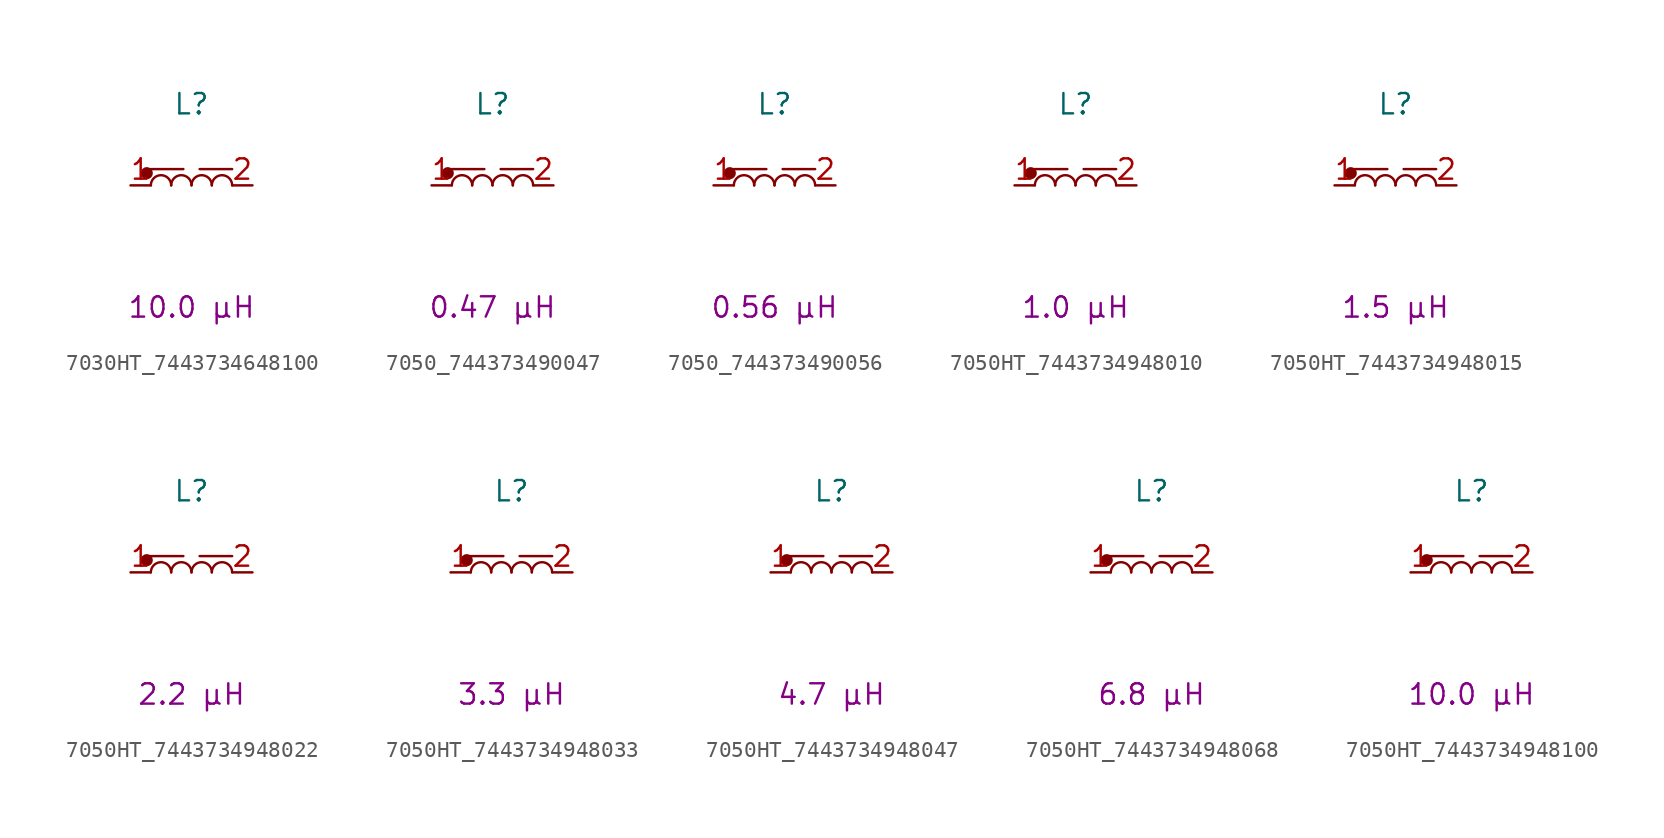
<source format=kicad_sym>
(kicad_symbol_lib
  (version 20220914)
  (generator kicad_symbol_editor)
  (symbol "7030HT_7443734648100"
    (pin_names hide)
    (property "Reference" "L"
      (at 0 5.08 0)
      (effects (font (size 1.27 1.27))))
    (property "Critical Parameter" "10.0 µH"
      (at 0 -7.62 0)
      (effects (font (size 1.27 1.27))))
    (symbol "7030HT_7443734648100_0_1"
      (arc (start -1.27 0) (mid -1.905 0.6323) (end -2.54 0) (stroke (width 0) (type default)) (fill (type none)))
      (arc (start 0 0) (mid -0.635 0.6323) (end -1.27 0) (stroke (width 0) (type default)) (fill (type none)))
      (polyline (pts (xy -2.54 1.016) (xy -0.508 1.016)) (stroke (width 0) (type default)) (fill (type none)))
      (arc (start 1.27 0) (mid 0.635 0.6323) (end 0 0) (stroke (width 0) (type default)) (fill (type none)))
      (arc (start 2.54 0) (mid 1.905 0.6323) (end 1.27 0) (stroke (width 0) (type default)) (fill (type none))))
    (symbol "7030HT_7443734648100_1_1"
      (circle (center -2.794 0.762) (radius 0.0001) (stroke (width 0.381) (type default)) (fill (type none)))
      (polyline (pts (xy 2.54 1.016) (xy 0.508 1.016)) (stroke (width 0) (type default)) (fill (type none)))
      (pin passive line (at -3.81 0 0) (length 1.27) (name "1" (effects (font (size 1.27 1.27)))) (number "1" (effects (font (size 1.27 1.27)))))
      (pin passive line (at 3.81 0 180) (length 1.27) (name "2" (effects (font (size 1.27 1.27)))) (number "2" (effects (font (size 1.27 1.27)))))))
  (symbol "7050_744373490047"
    (pin_names hide)
    (property "Reference" "L"
      (at 0 5.08 0)
      (effects (font (size 1.27 1.27))))
    (property "Critical Parameter" "0.47 µH"
      (at 0 -7.62 0)
      (effects (font (size 1.27 1.27))))
    (symbol "7050_744373490047_0_1"
      (arc (start -1.27 0) (mid -1.905 0.6323) (end -2.54 0) (stroke (width 0) (type default)) (fill (type none)))
      (arc (start 0 0) (mid -0.635 0.6323) (end -1.27 0) (stroke (width 0) (type default)) (fill (type none)))
      (polyline (pts (xy -2.54 1.016) (xy -0.508 1.016)) (stroke (width 0) (type default)) (fill (type none)))
      (arc (start 1.27 0) (mid 0.635 0.6323) (end 0 0) (stroke (width 0) (type default)) (fill (type none)))
      (arc (start 2.54 0) (mid 1.905 0.6323) (end 1.27 0) (stroke (width 0) (type default)) (fill (type none))))
    (symbol "7050_744373490047_1_1"
      (circle (center -2.794 0.762) (radius 0.0001) (stroke (width 0.381) (type default)) (fill (type none)))
      (polyline (pts (xy 2.54 1.016) (xy 0.508 1.016)) (stroke (width 0) (type default)) (fill (type none)))
      (pin passive line (at -3.81 0 0) (length 1.27) (name "1" (effects (font (size 1.27 1.27)))) (number "1" (effects (font (size 1.27 1.27)))))
      (pin passive line (at 3.81 0 180) (length 1.27) (name "2" (effects (font (size 1.27 1.27)))) (number "2" (effects (font (size 1.27 1.27)))))))
  (symbol "7050_744373490056"
    (pin_names hide)
    (property "Reference" "L"
      (at 0 5.08 0)
      (effects (font (size 1.27 1.27))))
    (property "Critical Parameter" "0.56 µH"
      (at 0 -7.62 0)
      (effects (font (size 1.27 1.27))))
    (symbol "7050_744373490056_0_1"
      (arc (start -1.27 0) (mid -1.905 0.6323) (end -2.54 0) (stroke (width 0) (type default)) (fill (type none)))
      (arc (start 0 0) (mid -0.635 0.6323) (end -1.27 0) (stroke (width 0) (type default)) (fill (type none)))
      (polyline (pts (xy -2.54 1.016) (xy -0.508 1.016)) (stroke (width 0) (type default)) (fill (type none)))
      (arc (start 1.27 0) (mid 0.635 0.6323) (end 0 0) (stroke (width 0) (type default)) (fill (type none)))
      (arc (start 2.54 0) (mid 1.905 0.6323) (end 1.27 0) (stroke (width 0) (type default)) (fill (type none))))
    (symbol "7050_744373490056_1_1"
      (circle (center -2.794 0.762) (radius 0.0001) (stroke (width 0.381) (type default)) (fill (type none)))
      (polyline (pts (xy 2.54 1.016) (xy 0.508 1.016)) (stroke (width 0) (type default)) (fill (type none)))
      (pin passive line (at -3.81 0 0) (length 1.27) (name "1" (effects (font (size 1.27 1.27)))) (number "1" (effects (font (size 1.27 1.27)))))
      (pin passive line (at 3.81 0 180) (length 1.27) (name "2" (effects (font (size 1.27 1.27)))) (number "2" (effects (font (size 1.27 1.27)))))))
  (symbol "7050HT_7443734948010"
    (pin_names hide)
    (property "Reference" "L"
      (at 0 5.08 0)
      (effects (font (size 1.27 1.27))))
    (property "Critical Parameter" "1.0 µH"
      (at 0 -7.62 0)
      (effects (font (size 1.27 1.27))))
    (symbol "7050HT_7443734948010_0_1"
      (arc (start -1.27 0) (mid -1.905 0.6323) (end -2.54 0) (stroke (width 0) (type default)) (fill (type none)))
      (arc (start 0 0) (mid -0.635 0.6323) (end -1.27 0) (stroke (width 0) (type default)) (fill (type none)))
      (polyline (pts (xy -2.54 1.016) (xy -0.508 1.016)) (stroke (width 0) (type default)) (fill (type none)))
      (arc (start 1.27 0) (mid 0.635 0.6323) (end 0 0) (stroke (width 0) (type default)) (fill (type none)))
      (arc (start 2.54 0) (mid 1.905 0.6323) (end 1.27 0) (stroke (width 0) (type default)) (fill (type none))))
    (symbol "7050HT_7443734948010_1_1"
      (circle (center -2.794 0.762) (radius 0.0001) (stroke (width 0.381) (type default)) (fill (type none)))
      (polyline (pts (xy 2.54 1.016) (xy 0.508 1.016)) (stroke (width 0) (type default)) (fill (type none)))
      (pin passive line (at -3.81 0 0) (length 1.27) (name "1" (effects (font (size 1.27 1.27)))) (number "1" (effects (font (size 1.27 1.27)))))
      (pin passive line (at 3.81 0 180) (length 1.27) (name "2" (effects (font (size 1.27 1.27)))) (number "2" (effects (font (size 1.27 1.27)))))))
  (symbol "7050HT_7443734948015"
    (pin_names hide)
    (property "Reference" "L"
      (at 0 5.08 0)
      (effects (font (size 1.27 1.27))))
    (property "Critical Parameter" "1.5 µH"
      (at 0 -7.62 0)
      (effects (font (size 1.27 1.27))))
    (symbol "7050HT_7443734948015_0_1"
      (arc (start -1.27 0) (mid -1.905 0.6323) (end -2.54 0) (stroke (width 0) (type default)) (fill (type none)))
      (arc (start 0 0) (mid -0.635 0.6323) (end -1.27 0) (stroke (width 0) (type default)) (fill (type none)))
      (polyline (pts (xy -2.54 1.016) (xy -0.508 1.016)) (stroke (width 0) (type default)) (fill (type none)))
      (arc (start 1.27 0) (mid 0.635 0.6323) (end 0 0) (stroke (width 0) (type default)) (fill (type none)))
      (arc (start 2.54 0) (mid 1.905 0.6323) (end 1.27 0) (stroke (width 0) (type default)) (fill (type none))))
    (symbol "7050HT_7443734948015_1_1"
      (circle (center -2.794 0.762) (radius 0.0001) (stroke (width 0.381) (type default)) (fill (type none)))
      (polyline (pts (xy 2.54 1.016) (xy 0.508 1.016)) (stroke (width 0) (type default)) (fill (type none)))
      (pin passive line (at -3.81 0 0) (length 1.27) (name "1" (effects (font (size 1.27 1.27)))) (number "1" (effects (font (size 1.27 1.27)))))
      (pin passive line (at 3.81 0 180) (length 1.27) (name "2" (effects (font (size 1.27 1.27)))) (number "2" (effects (font (size 1.27 1.27)))))))
  (symbol "7050HT_7443734948022"
    (pin_names hide)
    (property "Reference" "L"
      (at 0 5.08 0)
      (effects (font (size 1.27 1.27))))
    (property "Critical Parameter" "2.2 µH"
      (at 0 -7.62 0)
      (effects (font (size 1.27 1.27))))
    (symbol "7050HT_7443734948022_0_1"
      (arc (start -1.27 0) (mid -1.905 0.6323) (end -2.54 0) (stroke (width 0) (type default)) (fill (type none)))
      (arc (start 0 0) (mid -0.635 0.6323) (end -1.27 0) (stroke (width 0) (type default)) (fill (type none)))
      (polyline (pts (xy -2.54 1.016) (xy -0.508 1.016)) (stroke (width 0) (type default)) (fill (type none)))
      (arc (start 1.27 0) (mid 0.635 0.6323) (end 0 0) (stroke (width 0) (type default)) (fill (type none)))
      (arc (start 2.54 0) (mid 1.905 0.6323) (end 1.27 0) (stroke (width 0) (type default)) (fill (type none))))
    (symbol "7050HT_7443734948022_1_1"
      (circle (center -2.794 0.762) (radius 0.0001) (stroke (width 0.381) (type default)) (fill (type none)))
      (polyline (pts (xy 2.54 1.016) (xy 0.508 1.016)) (stroke (width 0) (type default)) (fill (type none)))
      (pin passive line (at -3.81 0 0) (length 1.27) (name "1" (effects (font (size 1.27 1.27)))) (number "1" (effects (font (size 1.27 1.27)))))
      (pin passive line (at 3.81 0 180) (length 1.27) (name "2" (effects (font (size 1.27 1.27)))) (number "2" (effects (font (size 1.27 1.27)))))))
  (symbol "7050HT_7443734948033"
    (pin_names hide)
    (property "Reference" "L"
      (at 0 5.08 0)
      (effects (font (size 1.27 1.27))))
    (property "Critical Parameter" "3.3 µH"
      (at 0 -7.62 0)
      (effects (font (size 1.27 1.27))))
    (symbol "7050HT_7443734948033_0_1"
      (arc (start -1.27 0) (mid -1.905 0.6323) (end -2.54 0) (stroke (width 0) (type default)) (fill (type none)))
      (arc (start 0 0) (mid -0.635 0.6323) (end -1.27 0) (stroke (width 0) (type default)) (fill (type none)))
      (polyline (pts (xy -2.54 1.016) (xy -0.508 1.016)) (stroke (width 0) (type default)) (fill (type none)))
      (arc (start 1.27 0) (mid 0.635 0.6323) (end 0 0) (stroke (width 0) (type default)) (fill (type none)))
      (arc (start 2.54 0) (mid 1.905 0.6323) (end 1.27 0) (stroke (width 0) (type default)) (fill (type none))))
    (symbol "7050HT_7443734948033_1_1"
      (circle (center -2.794 0.762) (radius 0.0001) (stroke (width 0.381) (type default)) (fill (type none)))
      (polyline (pts (xy 2.54 1.016) (xy 0.508 1.016)) (stroke (width 0) (type default)) (fill (type none)))
      (pin passive line (at -3.81 0 0) (length 1.27) (name "1" (effects (font (size 1.27 1.27)))) (number "1" (effects (font (size 1.27 1.27)))))
      (pin passive line (at 3.81 0 180) (length 1.27) (name "2" (effects (font (size 1.27 1.27)))) (number "2" (effects (font (size 1.27 1.27)))))))
  (symbol "7050HT_7443734948047"
    (pin_names hide)
    (property "Reference" "L"
      (at 0 5.08 0)
      (effects (font (size 1.27 1.27))))
    (property "Critical Parameter" "4.7 µH"
      (at 0 -7.62 0)
      (effects (font (size 1.27 1.27))))
    (symbol "7050HT_7443734948047_0_1"
      (arc (start -1.27 0) (mid -1.905 0.6323) (end -2.54 0) (stroke (width 0) (type default)) (fill (type none)))
      (arc (start 0 0) (mid -0.635 0.6323) (end -1.27 0) (stroke (width 0) (type default)) (fill (type none)))
      (polyline (pts (xy -2.54 1.016) (xy -0.508 1.016)) (stroke (width 0) (type default)) (fill (type none)))
      (arc (start 1.27 0) (mid 0.635 0.6323) (end 0 0) (stroke (width 0) (type default)) (fill (type none)))
      (arc (start 2.54 0) (mid 1.905 0.6323) (end 1.27 0) (stroke (width 0) (type default)) (fill (type none))))
    (symbol "7050HT_7443734948047_1_1"
      (circle (center -2.794 0.762) (radius 0.0001) (stroke (width 0.381) (type default)) (fill (type none)))
      (polyline (pts (xy 2.54 1.016) (xy 0.508 1.016)) (stroke (width 0) (type default)) (fill (type none)))
      (pin passive line (at -3.81 0 0) (length 1.27) (name "1" (effects (font (size 1.27 1.27)))) (number "1" (effects (font (size 1.27 1.27)))))
      (pin passive line (at 3.81 0 180) (length 1.27) (name "2" (effects (font (size 1.27 1.27)))) (number "2" (effects (font (size 1.27 1.27)))))))
  (symbol "7050HT_7443734948068"
    (pin_names hide)
    (property "Reference" "L"
      (at 0 5.08 0)
      (effects (font (size 1.27 1.27))))
    (property "Critical Parameter" "6.8 µH"
      (at 0 -7.62 0)
      (effects (font (size 1.27 1.27))))
    (symbol "7050HT_7443734948068_0_1"
      (arc (start -1.27 0) (mid -1.905 0.6323) (end -2.54 0) (stroke (width 0) (type default)) (fill (type none)))
      (arc (start 0 0) (mid -0.635 0.6323) (end -1.27 0) (stroke (width 0) (type default)) (fill (type none)))
      (polyline (pts (xy -2.54 1.016) (xy -0.508 1.016)) (stroke (width 0) (type default)) (fill (type none)))
      (arc (start 1.27 0) (mid 0.635 0.6323) (end 0 0) (stroke (width 0) (type default)) (fill (type none)))
      (arc (start 2.54 0) (mid 1.905 0.6323) (end 1.27 0) (stroke (width 0) (type default)) (fill (type none))))
    (symbol "7050HT_7443734948068_1_1"
      (circle (center -2.794 0.762) (radius 0.0001) (stroke (width 0.381) (type default)) (fill (type none)))
      (polyline (pts (xy 2.54 1.016) (xy 0.508 1.016)) (stroke (width 0) (type default)) (fill (type none)))
      (pin passive line (at -3.81 0 0) (length 1.27) (name "1" (effects (font (size 1.27 1.27)))) (number "1" (effects (font (size 1.27 1.27)))))
      (pin passive line (at 3.81 0 180) (length 1.27) (name "2" (effects (font (size 1.27 1.27)))) (number "2" (effects (font (size 1.27 1.27)))))))
  (symbol "7050HT_7443734948100"
    (pin_names hide)
    (property "Reference" "L"
      (at 0 5.08 0)
      (effects (font (size 1.27 1.27))))
    (property "Critical Parameter" "10.0 µH"
      (at 0 -7.62 0)
      (effects (font (size 1.27 1.27))))
    (symbol "7050HT_7443734948100_0_1"
      (arc (start -1.27 0) (mid -1.905 0.6323) (end -2.54 0) (stroke (width 0) (type default)) (fill (type none)))
      (arc (start 0 0) (mid -0.635 0.6323) (end -1.27 0) (stroke (width 0) (type default)) (fill (type none)))
      (polyline (pts (xy -2.54 1.016) (xy -0.508 1.016)) (stroke (width 0) (type default)) (fill (type none)))
      (arc (start 1.27 0) (mid 0.635 0.6323) (end 0 0) (stroke (width 0) (type default)) (fill (type none)))
      (arc (start 2.54 0) (mid 1.905 0.6323) (end 1.27 0) (stroke (width 0) (type default)) (fill (type none))))
    (symbol "7050HT_7443734948100_1_1"
      (circle (center -2.794 0.762) (radius 0.0001) (stroke (width 0.381) (type default)) (fill (type none)))
      (polyline (pts (xy 2.54 1.016) (xy 0.508 1.016)) (stroke (width 0) (type default)) (fill (type none)))
      (pin passive line (at -3.81 0 0) (length 1.27) (name "1" (effects (font (size 1.27 1.27)))) (number "1" (effects (font (size 1.27 1.27)))))
      (pin passive line (at 3.81 0 180) (length 1.27) (name "2" (effects (font (size 1.27 1.27)))) (number "2" (effects (font (size 1.27 1.27))))))))
</source>
